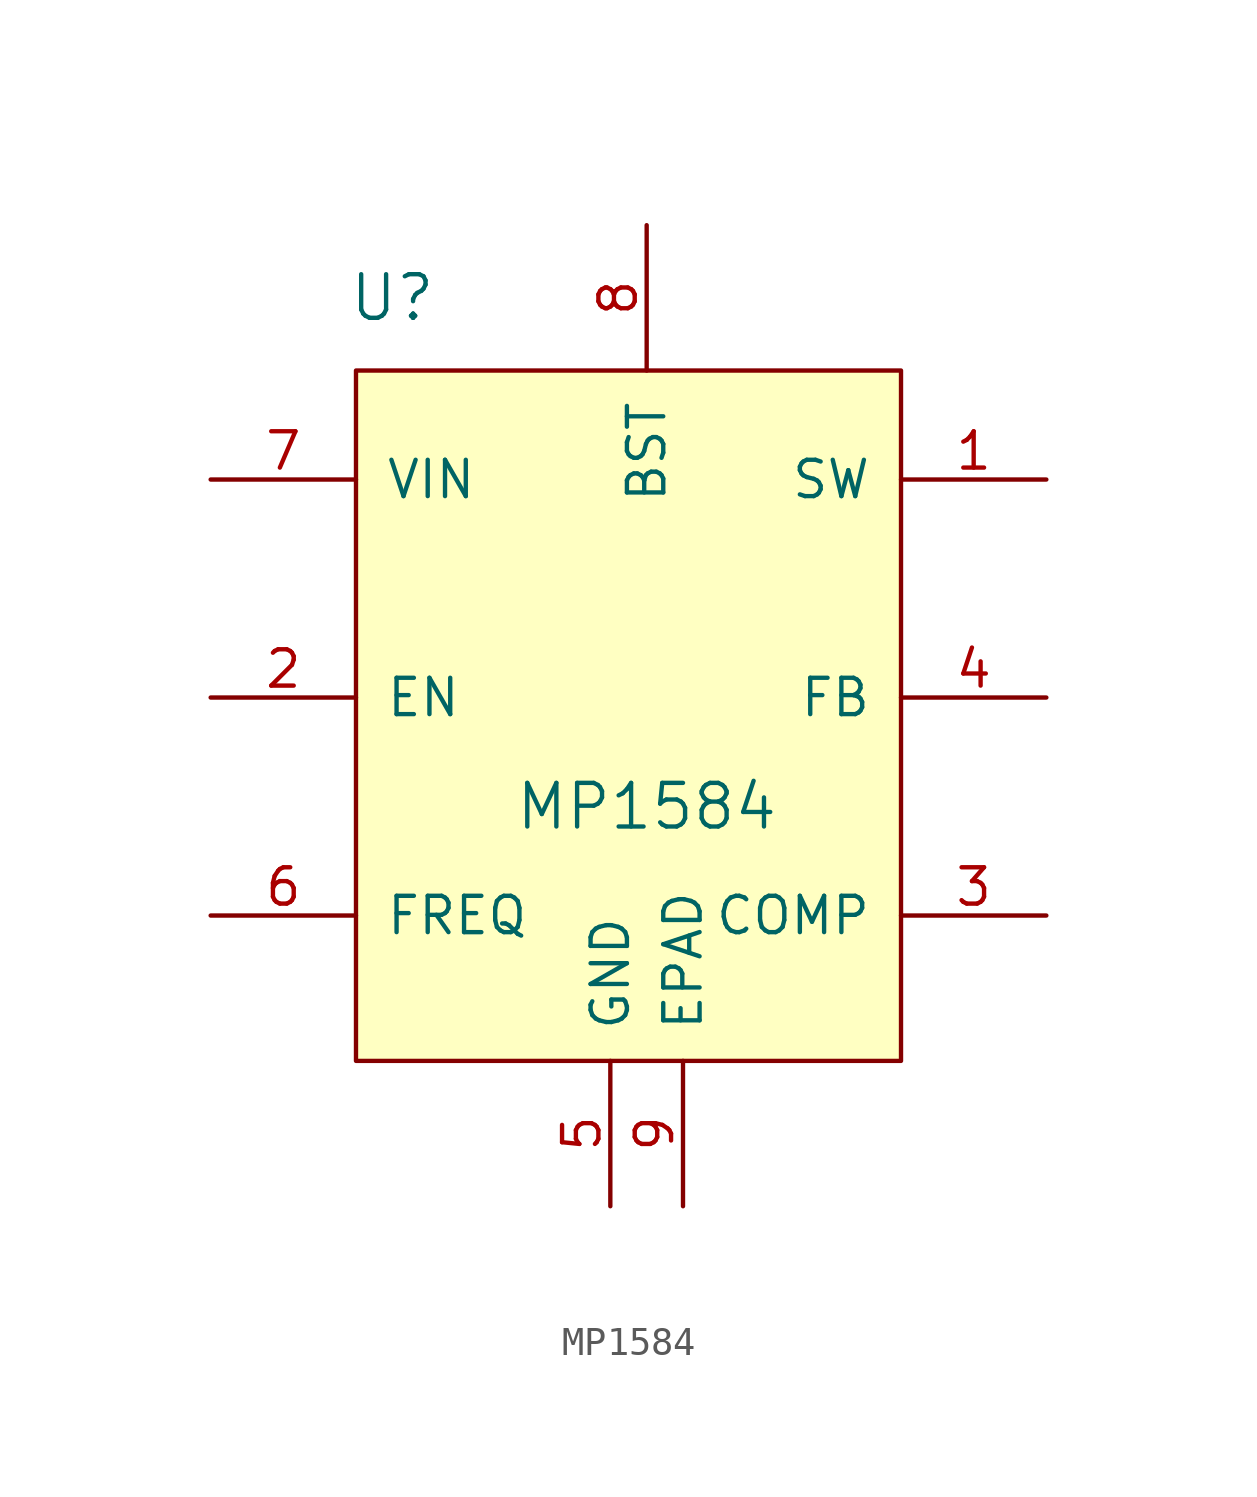
<source format=kicad_sym>
(kicad_symbol_lib
  (version 20211014)
  (generator kicad_symbol_editor)
  (symbol "MP1584"
    (pin_names
      (offset 1.016))
    (property "Reference" "U"
      (at -8.89 13.97 0)
      (effects (font (size 1.524 1.524))))
    (property "Value" "MP1584"
      (at 0 -3.81 0)
      (effects (font (size 1.524 1.524))))
    (property "Footprint" ""
      (at 0 0 0)
      (effects (font (size 1.524 1.524))))
    (property "Datasheet" ""
      (at 0 0 0)
      (effects (font (size 1.524 1.524))))
    (symbol "MP1584_0_1"
      (rectangle (start -10.16 11.43) (end 8.89 -12.7) (stroke (width 0) (type default) (color 0 0 0 0)) (fill (type background))))
    (symbol "MP1584_1_1"
      (pin input line (at 13.97 7.62 180) (length 5.08) (name "SW" (effects (font (size 1.27 1.27)))) (number "1" (effects (font (size 1.27 1.27)))))
      (pin input line (at -15.24 0 0) (length 5.08) (name "EN" (effects (font (size 1.27 1.27)))) (number "2" (effects (font (size 1.27 1.27)))))
      (pin input line (at 13.97 -7.62 180) (length 5.08) (name "COMP" (effects (font (size 1.27 1.27)))) (number "3" (effects (font (size 1.27 1.27)))))
      (pin input line (at 13.97 0 180) (length 5.08) (name "FB" (effects (font (size 1.27 1.27)))) (number "4" (effects (font (size 1.27 1.27)))))
      (pin input line (at -1.27 -17.78 90) (length 5.08) (name "GND" (effects (font (size 1.27 1.27)))) (number "5" (effects (font (size 1.27 1.27)))))
      (pin input line (at -15.24 -7.62 0) (length 5.08) (name "FREQ" (effects (font (size 1.27 1.27)))) (number "6" (effects (font (size 1.27 1.27)))))
      (pin input line (at -15.24 7.62 0) (length 5.08) (name "VIN" (effects (font (size 1.27 1.27)))) (number "7" (effects (font (size 1.27 1.27)))))
      (pin input line (at 0 16.51 270) (length 5.08) (name "BST" (effects (font (size 1.27 1.27)))) (number "8" (effects (font (size 1.27 1.27)))))
      (pin passive line (at 1.27 -17.78 90) (length 5.08) (name "EPAD" (effects (font (size 1.27 1.27)))) (number "9" (effects (font (size 1.27 1.27))))))))
</source>
